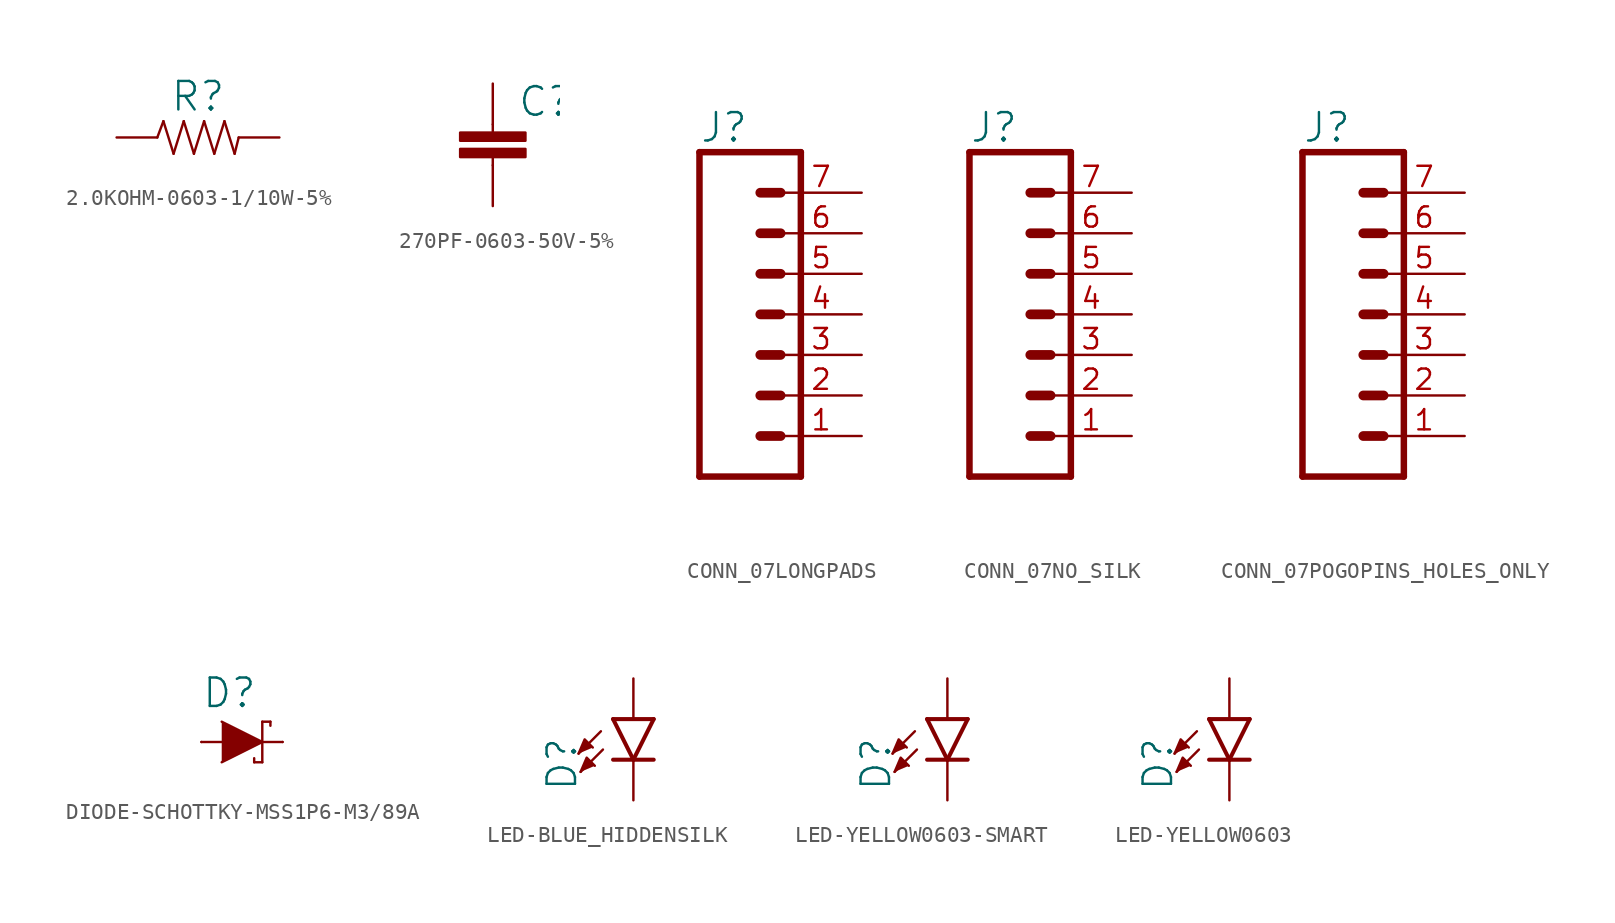
<source format=kicad_sym>
(kicad_symbol_lib
  (version 20220914)
  (generator kicad_symbol_editor)
  (symbol "2.0KOHM-0603-1/10W-5%"
    (property "Reference" "R"
      (at 0 1.524 0)
      (effects (font (size 1.778 1.778)) (justify bottom)))
    (property "Value" ""
      (at 0 -1.524 0)
      (effects (font (size 1.778 1.778)) (justify top)))
    (property "ki_locked" ""
      (at 0 0 0)
      (effects (font (size 1.27 1.27))))
    (symbol "2.0KOHM-0603-1/10W-5%_1_0"
      (polyline (pts (xy -2.54 0) (xy -2.159 1.016)) (stroke (width 0.152) (type solid)) (fill (type none)))
      (polyline (pts (xy -2.159 1.016) (xy -1.524 -1.016)) (stroke (width 0.152) (type solid)) (fill (type none)))
      (polyline (pts (xy -1.524 -1.016) (xy -0.889 1.016)) (stroke (width 0.152) (type solid)) (fill (type none)))
      (polyline (pts (xy -0.889 1.016) (xy -0.254 -1.016)) (stroke (width 0.152) (type solid)) (fill (type none)))
      (polyline (pts (xy -0.254 -1.016) (xy 0.381 1.016)) (stroke (width 0.152) (type solid)) (fill (type none)))
      (polyline (pts (xy 0.381 1.016) (xy 1.016 -1.016)) (stroke (width 0.152) (type solid)) (fill (type none)))
      (polyline (pts (xy 1.016 -1.016) (xy 1.651 1.016)) (stroke (width 0.152) (type solid)) (fill (type none)))
      (polyline (pts (xy 1.651 1.016) (xy 2.286 -1.016)) (stroke (width 0.152) (type solid)) (fill (type none)))
      (polyline (pts (xy 2.286 -1.016) (xy 2.54 0)) (stroke (width 0.152) (type solid)) (fill (type none)))
      (pin passive line (at -5.08 0 0) (length 2.54) (name "1" (effects (font (size 0 0)))) (number "1" (effects (font (size 0 0)))))
      (pin passive line (at 5.08 0 180) (length 2.54) (name "2" (effects (font (size 0 0)))) (number "2" (effects (font (size 0 0)))))))
  (symbol "270PF-0603-50V-5%"
    (property "Reference" "C"
      (at 1.524 2.921 0)
      (effects (font (size 1.778 1.778)) (justify left bottom)))
    (property "Value" ""
      (at 1.524 -2.159 0)
      (effects (font (size 1.778 1.778)) (justify left bottom)))
    (property "ki_locked" ""
      (at 0 0 0)
      (effects (font (size 1.27 1.27))))
    (symbol "270PF-0603-50V-5%_1_0"
      (rectangle (start -2.032 0.508) (end 2.032 1.016) (stroke (width 0) (type default)) (fill (type outline)))
      (rectangle (start -2.032 1.524) (end 2.032 2.032) (stroke (width 0) (type default)) (fill (type outline)))
      (polyline (pts (xy 0 0) (xy 0 0.508)) (stroke (width 0.152) (type solid)) (fill (type none)))
      (polyline (pts (xy 0 2.54) (xy 0 2.032)) (stroke (width 0.152) (type solid)) (fill (type none)))
      (pin passive line (at 0 5.08 270) (length 2.54) (name "1" (effects (font (size 0 0)))) (number "1" (effects (font (size 0 0)))))
      (pin passive line (at 0 -2.54 90) (length 2.54) (name "2" (effects (font (size 0 0)))) (number "2" (effects (font (size 0 0)))))))
  (symbol "CONN_07LONGPADS"
    (property "Reference" "J"
      (at -5.08 13.208 0)
      (effects (font (size 1.778 1.778)) (justify left bottom)))
    (property "Value" ""
      (at -5.08 -9.906 0)
      (effects (font (size 1.778 1.778)) (justify left bottom)))
    (property "ki_locked" ""
      (at 0 0 0)
      (effects (font (size 1.27 1.27))))
    (symbol "CONN_07LONGPADS_1_0"
      (polyline (pts (xy -5.08 12.7) (xy -5.08 -7.62)) (stroke (width 0.406) (type solid)) (fill (type none)))
      (polyline (pts (xy -5.08 12.7) (xy 1.27 12.7)) (stroke (width 0.406) (type solid)) (fill (type none)))
      (polyline (pts (xy -1.27 -5.08) (xy 0 -5.08)) (stroke (width 0.61) (type solid)) (fill (type none)))
      (polyline (pts (xy -1.27 -2.54) (xy 0 -2.54)) (stroke (width 0.61) (type solid)) (fill (type none)))
      (polyline (pts (xy -1.27 0) (xy 0 0)) (stroke (width 0.61) (type solid)) (fill (type none)))
      (polyline (pts (xy -1.27 2.54) (xy 0 2.54)) (stroke (width 0.61) (type solid)) (fill (type none)))
      (polyline (pts (xy -1.27 5.08) (xy 0 5.08)) (stroke (width 0.61) (type solid)) (fill (type none)))
      (polyline (pts (xy -1.27 7.62) (xy 0 7.62)) (stroke (width 0.61) (type solid)) (fill (type none)))
      (polyline (pts (xy -1.27 10.16) (xy 0 10.16)) (stroke (width 0.61) (type solid)) (fill (type none)))
      (polyline (pts (xy 1.27 -7.62) (xy -5.08 -7.62)) (stroke (width 0.406) (type solid)) (fill (type none)))
      (polyline (pts (xy 1.27 -7.62) (xy 1.27 12.7)) (stroke (width 0.406) (type solid)) (fill (type none)))
      (pin passive line (at 5.08 -5.08 180) (length 5.08) (name "1" (effects (font (size 0 0)))) (number "1" (effects (font (size 1.27 1.27)))))
      (pin passive line (at 5.08 -2.54 180) (length 5.08) (name "2" (effects (font (size 0 0)))) (number "2" (effects (font (size 1.27 1.27)))))
      (pin passive line (at 5.08 0 180) (length 5.08) (name "3" (effects (font (size 0 0)))) (number "3" (effects (font (size 1.27 1.27)))))
      (pin passive line (at 5.08 2.54 180) (length 5.08) (name "4" (effects (font (size 0 0)))) (number "4" (effects (font (size 1.27 1.27)))))
      (pin passive line (at 5.08 5.08 180) (length 5.08) (name "5" (effects (font (size 0 0)))) (number "5" (effects (font (size 1.27 1.27)))))
      (pin passive line (at 5.08 7.62 180) (length 5.08) (name "6" (effects (font (size 0 0)))) (number "6" (effects (font (size 1.27 1.27)))))
      (pin passive line (at 5.08 10.16 180) (length 5.08) (name "7" (effects (font (size 0 0)))) (number "7" (effects (font (size 1.27 1.27)))))))
  (symbol "CONN_07NO_SILK"
    (property "Reference" "J"
      (at -5.08 13.208 0)
      (effects (font (size 1.778 1.778)) (justify left bottom)))
    (property "Value" ""
      (at -5.08 -9.906 0)
      (effects (font (size 1.778 1.778)) (justify left bottom)))
    (property "ki_locked" ""
      (at 0 0 0)
      (effects (font (size 1.27 1.27))))
    (symbol "CONN_07NO_SILK_1_0"
      (polyline (pts (xy -5.08 12.7) (xy -5.08 -7.62)) (stroke (width 0.406) (type solid)) (fill (type none)))
      (polyline (pts (xy -5.08 12.7) (xy 1.27 12.7)) (stroke (width 0.406) (type solid)) (fill (type none)))
      (polyline (pts (xy -1.27 -5.08) (xy 0 -5.08)) (stroke (width 0.61) (type solid)) (fill (type none)))
      (polyline (pts (xy -1.27 -2.54) (xy 0 -2.54)) (stroke (width 0.61) (type solid)) (fill (type none)))
      (polyline (pts (xy -1.27 0) (xy 0 0)) (stroke (width 0.61) (type solid)) (fill (type none)))
      (polyline (pts (xy -1.27 2.54) (xy 0 2.54)) (stroke (width 0.61) (type solid)) (fill (type none)))
      (polyline (pts (xy -1.27 5.08) (xy 0 5.08)) (stroke (width 0.61) (type solid)) (fill (type none)))
      (polyline (pts (xy -1.27 7.62) (xy 0 7.62)) (stroke (width 0.61) (type solid)) (fill (type none)))
      (polyline (pts (xy -1.27 10.16) (xy 0 10.16)) (stroke (width 0.61) (type solid)) (fill (type none)))
      (polyline (pts (xy 1.27 -7.62) (xy -5.08 -7.62)) (stroke (width 0.406) (type solid)) (fill (type none)))
      (polyline (pts (xy 1.27 -7.62) (xy 1.27 12.7)) (stroke (width 0.406) (type solid)) (fill (type none)))
      (pin passive line (at 5.08 -5.08 180) (length 5.08) (name "1" (effects (font (size 0 0)))) (number "1" (effects (font (size 1.27 1.27)))))
      (pin passive line (at 5.08 -2.54 180) (length 5.08) (name "2" (effects (font (size 0 0)))) (number "2" (effects (font (size 1.27 1.27)))))
      (pin passive line (at 5.08 0 180) (length 5.08) (name "3" (effects (font (size 0 0)))) (number "3" (effects (font (size 1.27 1.27)))))
      (pin passive line (at 5.08 2.54 180) (length 5.08) (name "4" (effects (font (size 0 0)))) (number "4" (effects (font (size 1.27 1.27)))))
      (pin passive line (at 5.08 5.08 180) (length 5.08) (name "5" (effects (font (size 0 0)))) (number "5" (effects (font (size 1.27 1.27)))))
      (pin passive line (at 5.08 7.62 180) (length 5.08) (name "6" (effects (font (size 0 0)))) (number "6" (effects (font (size 1.27 1.27)))))
      (pin passive line (at 5.08 10.16 180) (length 5.08) (name "7" (effects (font (size 0 0)))) (number "7" (effects (font (size 1.27 1.27)))))))
  (symbol "CONN_07POGOPINS_HOLES_ONLY"
    (property "Reference" "J"
      (at -5.08 13.208 0)
      (effects (font (size 1.778 1.778)) (justify left bottom)))
    (property "Value" ""
      (at -5.08 -9.906 0)
      (effects (font (size 1.778 1.778)) (justify left bottom)))
    (property "ki_locked" ""
      (at 0 0 0)
      (effects (font (size 1.27 1.27))))
    (symbol "CONN_07POGOPINS_HOLES_ONLY_1_0"
      (polyline (pts (xy -5.08 12.7) (xy -5.08 -7.62)) (stroke (width 0.406) (type solid)) (fill (type none)))
      (polyline (pts (xy -5.08 12.7) (xy 1.27 12.7)) (stroke (width 0.406) (type solid)) (fill (type none)))
      (polyline (pts (xy -1.27 -5.08) (xy 0 -5.08)) (stroke (width 0.61) (type solid)) (fill (type none)))
      (polyline (pts (xy -1.27 -2.54) (xy 0 -2.54)) (stroke (width 0.61) (type solid)) (fill (type none)))
      (polyline (pts (xy -1.27 0) (xy 0 0)) (stroke (width 0.61) (type solid)) (fill (type none)))
      (polyline (pts (xy -1.27 2.54) (xy 0 2.54)) (stroke (width 0.61) (type solid)) (fill (type none)))
      (polyline (pts (xy -1.27 5.08) (xy 0 5.08)) (stroke (width 0.61) (type solid)) (fill (type none)))
      (polyline (pts (xy -1.27 7.62) (xy 0 7.62)) (stroke (width 0.61) (type solid)) (fill (type none)))
      (polyline (pts (xy -1.27 10.16) (xy 0 10.16)) (stroke (width 0.61) (type solid)) (fill (type none)))
      (polyline (pts (xy 1.27 -7.62) (xy -5.08 -7.62)) (stroke (width 0.406) (type solid)) (fill (type none)))
      (polyline (pts (xy 1.27 -7.62) (xy 1.27 12.7)) (stroke (width 0.406) (type solid)) (fill (type none)))
      (pin passive line (at 5.08 -5.08 180) (length 5.08) (name "1" (effects (font (size 0 0)))) (number "1" (effects (font (size 1.27 1.27)))))
      (pin passive line (at 5.08 -2.54 180) (length 5.08) (name "2" (effects (font (size 0 0)))) (number "2" (effects (font (size 1.27 1.27)))))
      (pin passive line (at 5.08 0 180) (length 5.08) (name "3" (effects (font (size 0 0)))) (number "3" (effects (font (size 1.27 1.27)))))
      (pin passive line (at 5.08 2.54 180) (length 5.08) (name "4" (effects (font (size 0 0)))) (number "4" (effects (font (size 1.27 1.27)))))
      (pin passive line (at 5.08 5.08 180) (length 5.08) (name "5" (effects (font (size 0 0)))) (number "5" (effects (font (size 1.27 1.27)))))
      (pin passive line (at 5.08 7.62 180) (length 5.08) (name "6" (effects (font (size 0 0)))) (number "6" (effects (font (size 1.27 1.27)))))
      (pin passive line (at 5.08 10.16 180) (length 5.08) (name "7" (effects (font (size 0 0)))) (number "7" (effects (font (size 1.27 1.27)))))))
  (symbol "DIODE-SCHOTTKY-MSS1P6-M3/89A"
    (property "Reference" "D"
      (at -2.54 2.032 0)
      (effects (font (size 1.778 1.778)) (justify left bottom)))
    (property "Value" ""
      (at -2.54 -2.032 0)
      (effects (font (size 1.778 1.778)) (justify left top)))
    (property "ki_locked" ""
      (at 0 0 0)
      (effects (font (size 1.27 1.27))))
    (symbol "DIODE-SCHOTTKY-MSS1P6-M3/89A_1_0"
      (polyline (pts (xy -2.54 0) (xy -1.27 0)) (stroke (width 0.152) (type solid)) (fill (type none)))
      (polyline (pts (xy 0.762 -1.27) (xy 0.762 -1.016)) (stroke (width 0.152) (type solid)) (fill (type none)))
      (polyline (pts (xy 1.27 -1.27) (xy 0.762 -1.27)) (stroke (width 0.152) (type solid)) (fill (type none)))
      (polyline (pts (xy 1.27 0) (xy 1.27 -1.27)) (stroke (width 0.152) (type solid)) (fill (type none)))
      (polyline (pts (xy 1.27 1.27) (xy 1.27 0)) (stroke (width 0.152) (type solid)) (fill (type none)))
      (polyline (pts (xy 1.27 1.27) (xy 1.778 1.27)) (stroke (width 0.152) (type solid)) (fill (type none)))
      (polyline (pts (xy 1.778 1.27) (xy 1.778 1.016)) (stroke (width 0.152) (type solid)) (fill (type none)))
      (polyline (pts (xy 2.54 0) (xy 1.27 0)) (stroke (width 0.152) (type solid)) (fill (type none)))
      (polyline (pts (xy -1.27 1.27) (xy 1.27 0) (xy -1.27 -1.27)) (stroke (width 0.152) (type solid)) (fill (type outline)))
      (pin passive line (at -2.54 0 0) (length 0) (name "A" (effects (font (size 0 0)))) (number "A" (effects (font (size 0 0)))))
      (pin passive line (at 2.54 0 180) (length 0) (name "C" (effects (font (size 0 0)))) (number "C" (effects (font (size 0 0)))))))
  (symbol "LED-BLUE_HIDDENSILK"
    (property "Reference" "D"
      (at -3.429 -4.572 90)
      (effects (font (size 1.778 1.778)) (justify left bottom)))
    (property "Value" ""
      (at 1.905 -4.572 90)
      (effects (font (size 1.778 1.778)) (justify left top)))
    (property "ki_locked" ""
      (at 0 0 0)
      (effects (font (size 1.27 1.27))))
    (symbol "LED-BLUE_HIDDENSILK_1_0"
      (polyline (pts (xy -2.032 -0.762) (xy -3.429 -2.159)) (stroke (width 0.152) (type solid)) (fill (type none)))
      (polyline (pts (xy -1.905 -1.905) (xy -3.302 -3.302)) (stroke (width 0.152) (type solid)) (fill (type none)))
      (polyline (pts (xy 0 -2.54) (xy -1.27 -2.54)) (stroke (width 0.254) (type solid)) (fill (type none)))
      (polyline (pts (xy 0 -2.54) (xy -1.27 0)) (stroke (width 0.254) (type solid)) (fill (type none)))
      (polyline (pts (xy 1.27 -2.54) (xy 0 -2.54)) (stroke (width 0.254) (type solid)) (fill (type none)))
      (polyline (pts (xy 1.27 0) (xy -1.27 0)) (stroke (width 0.254) (type solid)) (fill (type none)))
      (polyline (pts (xy 1.27 0) (xy 0 -2.54)) (stroke (width 0.254) (type solid)) (fill (type none)))
      (polyline (pts (xy -3.429 -2.159) (xy -3.048 -1.27) (xy -2.54 -1.778)) (stroke (width 0.152) (type solid)) (fill (type outline)))
      (polyline (pts (xy -3.302 -3.302) (xy -2.921 -2.413) (xy -2.413 -2.921)) (stroke (width 0.152) (type solid)) (fill (type outline)))
      (pin passive line (at 0 2.54 270) (length 2.54) (name "A" (effects (font (size 0 0)))) (number "A" (effects (font (size 0 0)))))
      (pin passive line (at 0 -5.08 90) (length 2.54) (name "C" (effects (font (size 0 0)))) (number "C" (effects (font (size 0 0)))))))
  (symbol "LED-YELLOW0603-SMART"
    (property "Reference" "D"
      (at -3.429 -4.572 90)
      (effects (font (size 1.778 1.778)) (justify left bottom)))
    (property "Value" ""
      (at 1.905 -4.572 90)
      (effects (font (size 1.778 1.778)) (justify left top)))
    (property "ki_locked" ""
      (at 0 0 0)
      (effects (font (size 1.27 1.27))))
    (symbol "LED-YELLOW0603-SMART_1_0"
      (polyline (pts (xy -2.032 -0.762) (xy -3.429 -2.159)) (stroke (width 0.152) (type solid)) (fill (type none)))
      (polyline (pts (xy -1.905 -1.905) (xy -3.302 -3.302)) (stroke (width 0.152) (type solid)) (fill (type none)))
      (polyline (pts (xy 0 -2.54) (xy -1.27 -2.54)) (stroke (width 0.254) (type solid)) (fill (type none)))
      (polyline (pts (xy 0 -2.54) (xy -1.27 0)) (stroke (width 0.254) (type solid)) (fill (type none)))
      (polyline (pts (xy 1.27 -2.54) (xy 0 -2.54)) (stroke (width 0.254) (type solid)) (fill (type none)))
      (polyline (pts (xy 1.27 0) (xy -1.27 0)) (stroke (width 0.254) (type solid)) (fill (type none)))
      (polyline (pts (xy 1.27 0) (xy 0 -2.54)) (stroke (width 0.254) (type solid)) (fill (type none)))
      (polyline (pts (xy -3.429 -2.159) (xy -3.048 -1.27) (xy -2.54 -1.778)) (stroke (width 0.152) (type solid)) (fill (type outline)))
      (polyline (pts (xy -3.302 -3.302) (xy -2.921 -2.413) (xy -2.413 -2.921)) (stroke (width 0.152) (type solid)) (fill (type outline)))
      (pin passive line (at 0 2.54 270) (length 2.54) (name "A" (effects (font (size 0 0)))) (number "A" (effects (font (size 0 0)))))
      (pin passive line (at 0 -5.08 90) (length 2.54) (name "C" (effects (font (size 0 0)))) (number "C" (effects (font (size 0 0)))))))
  (symbol "LED-YELLOW0603"
    (property "Reference" "D"
      (at -3.429 -4.572 90)
      (effects (font (size 1.778 1.778)) (justify left bottom)))
    (property "Value" ""
      (at 1.905 -4.572 90)
      (effects (font (size 1.778 1.778)) (justify left top)))
    (property "ki_locked" ""
      (at 0 0 0)
      (effects (font (size 1.27 1.27))))
    (symbol "LED-YELLOW0603_1_0"
      (polyline (pts (xy -2.032 -0.762) (xy -3.429 -2.159)) (stroke (width 0.152) (type solid)) (fill (type none)))
      (polyline (pts (xy -1.905 -1.905) (xy -3.302 -3.302)) (stroke (width 0.152) (type solid)) (fill (type none)))
      (polyline (pts (xy 0 -2.54) (xy -1.27 -2.54)) (stroke (width 0.254) (type solid)) (fill (type none)))
      (polyline (pts (xy 0 -2.54) (xy -1.27 0)) (stroke (width 0.254) (type solid)) (fill (type none)))
      (polyline (pts (xy 1.27 -2.54) (xy 0 -2.54)) (stroke (width 0.254) (type solid)) (fill (type none)))
      (polyline (pts (xy 1.27 0) (xy -1.27 0)) (stroke (width 0.254) (type solid)) (fill (type none)))
      (polyline (pts (xy 1.27 0) (xy 0 -2.54)) (stroke (width 0.254) (type solid)) (fill (type none)))
      (polyline (pts (xy -3.429 -2.159) (xy -3.048 -1.27) (xy -2.54 -1.778)) (stroke (width 0.152) (type solid)) (fill (type outline)))
      (polyline (pts (xy -3.302 -3.302) (xy -2.921 -2.413) (xy -2.413 -2.921)) (stroke (width 0.152) (type solid)) (fill (type outline)))
      (pin passive line (at 0 2.54 270) (length 2.54) (name "A" (effects (font (size 0 0)))) (number "A" (effects (font (size 0 0)))))
      (pin passive line (at 0 -5.08 90) (length 2.54) (name "C" (effects (font (size 0 0)))) (number "C" (effects (font (size 0 0))))))))
</source>
